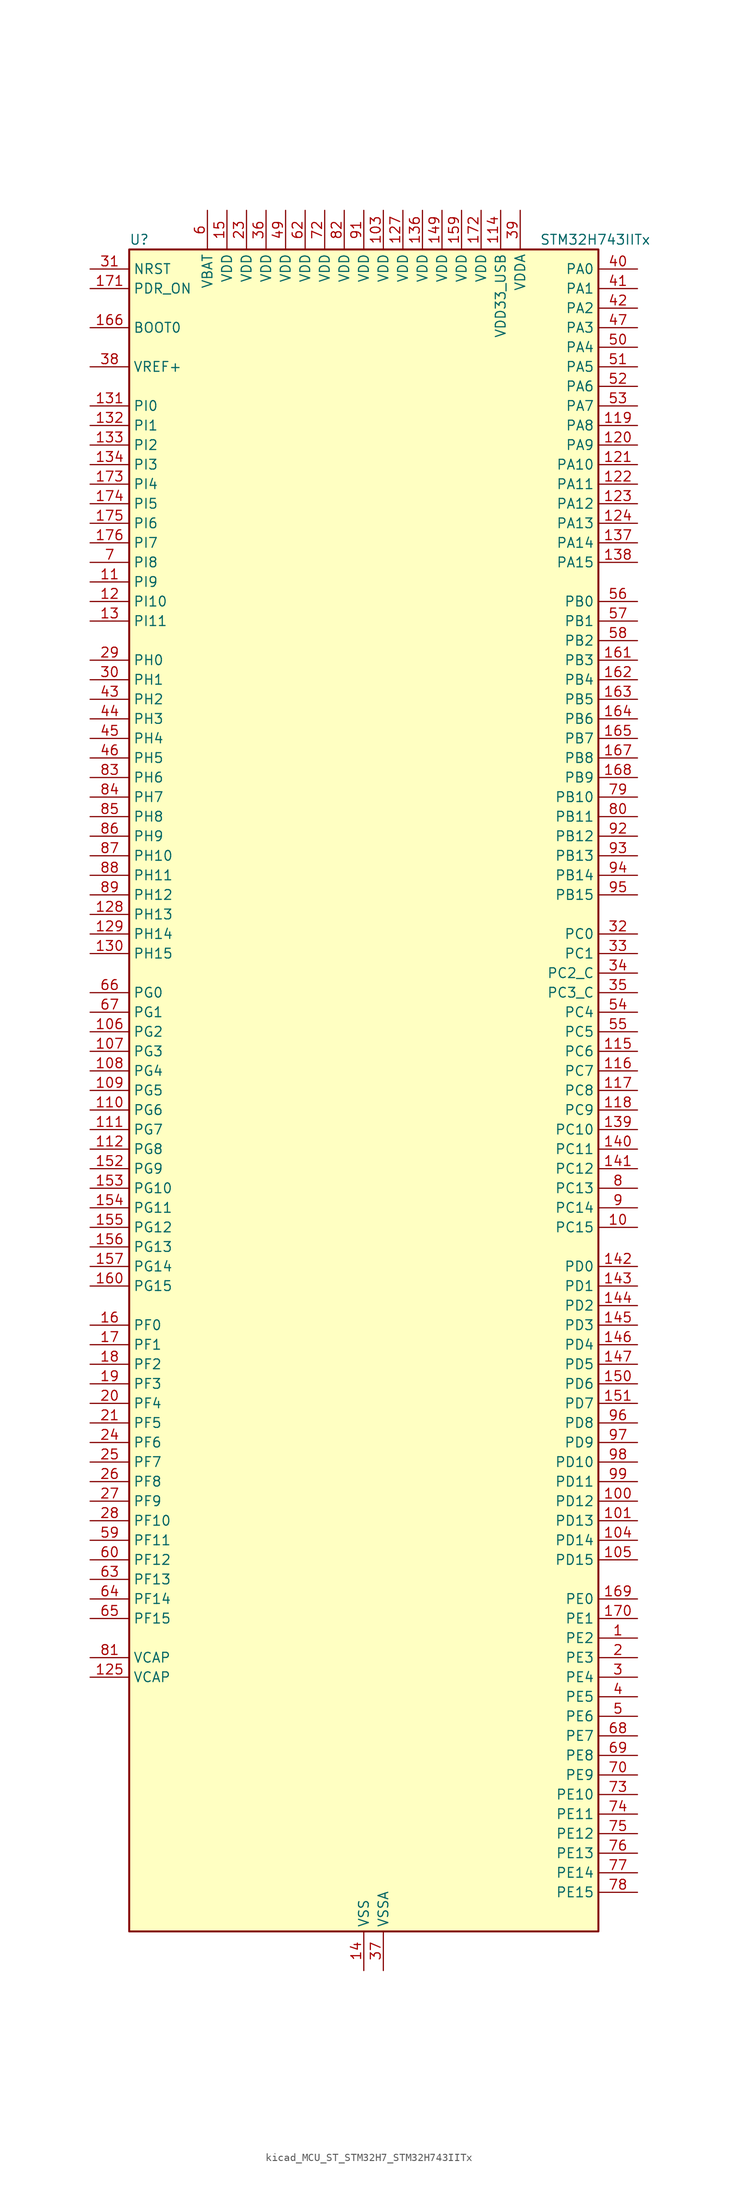
<source format=kicad_sym>
(kicad_symbol_lib
  (version 20220914)
  (generator kicad_symbol_editor)
  (symbol "kicad_MCU_ST_STM32H7_STM32H743IITx"
    (property "Reference" "U"
      (at -30.48 110.49 0)
      (effects (font (size 1.27 1.27)) (justify left)))
    (property "Value" "STM32H743IITx"
      (at 22.86 110.49 0)
      (effects (font (size 1.27 1.27)) (justify left)))
    (property "ki_locked" ""
      (at 0 0 0)
      (effects (font (size 1.27 1.27))))
    (symbol "kicad_MCU_ST_STM32H7_STM32H743IITx_0_1"
      (rectangle (start -30.48 -109.22) (end 30.48 109.22) (stroke (width 0.254) (type default)) (fill (type background))))
    (symbol "kicad_MCU_ST_STM32H7_STM32H743IITx_1_1"
      (pin bidirectional line (at 35.56 -71.12 180) (length 5.08) (name "PE2" (effects (font (size 1.27 1.27)))) (number "1" (effects (font (size 1.27 1.27)))) (alternate "DEBUG_TRACECLK" bidirectional line) (alternate "ETH_TXD3" bidirectional line) (alternate "FMC_A23" bidirectional line) (alternate "QUADSPI_BK1_IO2" bidirectional line) (alternate "SAI1_CK1" bidirectional line) (alternate "SAI1_MCLK_A" bidirectional line) (alternate "SAI4_CK1" bidirectional line) (alternate "SAI4_MCLK_A" bidirectional line) (alternate "SPI4_SCK" bidirectional line))
      (pin bidirectional line (at 35.56 -17.78 180) (length 5.08) (name "PC15" (effects (font (size 1.27 1.27)))) (number "10" (effects (font (size 1.27 1.27)))) (alternate "ADC1_EXTI15" bidirectional line) (alternate "ADC2_EXTI15" bidirectional line) (alternate "ADC3_EXTI15" bidirectional line) (alternate "RCC_OSC32_OUT" bidirectional line))
      (pin bidirectional line (at 35.56 -53.34 180) (length 5.08) (name "PD12" (effects (font (size 1.27 1.27)))) (number "100" (effects (font (size 1.27 1.27)))) (alternate "FMC_A17" bidirectional line) (alternate "FMC_ALE" bidirectional line) (alternate "I2C4_SCL" bidirectional line) (alternate "LPTIM1_IN1" bidirectional line) (alternate "LPTIM2_IN1" bidirectional line) (alternate "QUADSPI_BK1_IO1" bidirectional line) (alternate "SAI2_FS_A" bidirectional line) (alternate "TIM4_CH1" bidirectional line) (alternate "USART3_DE" bidirectional line) (alternate "USART3_RTS" bidirectional line))
      (pin bidirectional line (at 35.56 -55.88 180) (length 5.08) (name "PD13" (effects (font (size 1.27 1.27)))) (number "101" (effects (font (size 1.27 1.27)))) (alternate "FMC_A18" bidirectional line) (alternate "I2C4_SDA" bidirectional line) (alternate "LPTIM1_OUT" bidirectional line) (alternate "QUADSPI_BK1_IO3" bidirectional line) (alternate "SAI2_SCK_A" bidirectional line) (alternate "TIM4_CH2" bidirectional line))
      (pin passive line (at 0 -114.3 90) (length 5.08) hide (name "VSS" (effects (font (size 1.27 1.27)))) (number "102" (effects (font (size 1.27 1.27)))))
      (pin power_in line (at 2.54 114.3 270) (length 5.08) (name "VDD" (effects (font (size 1.27 1.27)))) (number "103" (effects (font (size 1.27 1.27)))))
      (pin bidirectional line (at 35.56 -58.42 180) (length 5.08) (name "PD14" (effects (font (size 1.27 1.27)))) (number "104" (effects (font (size 1.27 1.27)))) (alternate "FMC_D0" bidirectional line) (alternate "FMC_DA0" bidirectional line) (alternate "SAI3_MCLK_B" bidirectional line) (alternate "TIM4_CH3" bidirectional line) (alternate "UART8_CTS" bidirectional line))
      (pin bidirectional line (at 35.56 -60.96 180) (length 5.08) (name "PD15" (effects (font (size 1.27 1.27)))) (number "105" (effects (font (size 1.27 1.27)))) (alternate "ADC1_EXTI15" bidirectional line) (alternate "ADC2_EXTI15" bidirectional line) (alternate "ADC3_EXTI15" bidirectional line) (alternate "FMC_D1" bidirectional line) (alternate "FMC_DA1" bidirectional line) (alternate "SAI3_MCLK_A" bidirectional line) (alternate "TIM4_CH4" bidirectional line) (alternate "UART8_DE" bidirectional line) (alternate "UART8_RTS" bidirectional line))
      (pin bidirectional line (at -35.56 7.62 0) (length 5.08) (name "PG2" (effects (font (size 1.27 1.27)))) (number "106" (effects (font (size 1.27 1.27)))) (alternate "FMC_A12" bidirectional line) (alternate "TIM8_BKIN" bidirectional line) (alternate "TIM8_BKIN_COMP1" bidirectional line) (alternate "TIM8_BKIN_COMP2" bidirectional line))
      (pin bidirectional line (at -35.56 5.08 0) (length 5.08) (name "PG3" (effects (font (size 1.27 1.27)))) (number "107" (effects (font (size 1.27 1.27)))) (alternate "FMC_A13" bidirectional line) (alternate "TIM8_BKIN2" bidirectional line) (alternate "TIM8_BKIN2_COMP1" bidirectional line) (alternate "TIM8_BKIN2_COMP2" bidirectional line))
      (pin bidirectional line (at -35.56 2.54 0) (length 5.08) (name "PG4" (effects (font (size 1.27 1.27)))) (number "108" (effects (font (size 1.27 1.27)))) (alternate "FMC_A14" bidirectional line) (alternate "FMC_BA0" bidirectional line) (alternate "TIM1_BKIN2" bidirectional line) (alternate "TIM1_BKIN2_COMP1" bidirectional line) (alternate "TIM1_BKIN2_COMP2" bidirectional line))
      (pin bidirectional line (at -35.56 0 0) (length 5.08) (name "PG5" (effects (font (size 1.27 1.27)))) (number "109" (effects (font (size 1.27 1.27)))) (alternate "FMC_A15" bidirectional line) (alternate "FMC_BA1" bidirectional line) (alternate "TIM1_ETR" bidirectional line))
      (pin bidirectional line (at -35.56 66.04 0) (length 5.08) (name "PI9" (effects (font (size 1.27 1.27)))) (number "11" (effects (font (size 1.27 1.27)))) (alternate "DAC1_EXTI9" bidirectional line) (alternate "FDCAN1_RX" bidirectional line) (alternate "FMC_D30" bidirectional line) (alternate "LTDC_VSYNC" bidirectional line) (alternate "UART4_RX" bidirectional line))
      (pin bidirectional line (at -35.56 -2.54 0) (length 5.08) (name "PG6" (effects (font (size 1.27 1.27)))) (number "110" (effects (font (size 1.27 1.27)))) (alternate "DCMI_D12" bidirectional line) (alternate "FMC_NE3" bidirectional line) (alternate "HRTIM_CHE1" bidirectional line) (alternate "LTDC_R7" bidirectional line) (alternate "QUADSPI_BK1_NCS" bidirectional line) (alternate "TIM17_BKIN" bidirectional line))
      (pin bidirectional line (at -35.56 -5.08 0) (length 5.08) (name "PG7" (effects (font (size 1.27 1.27)))) (number "111" (effects (font (size 1.27 1.27)))) (alternate "DCMI_D13" bidirectional line) (alternate "FMC_INT" bidirectional line) (alternate "HRTIM_CHE2" bidirectional line) (alternate "LTDC_CLK" bidirectional line) (alternate "SAI1_MCLK_A" bidirectional line) (alternate "USART6_CK" bidirectional line))
      (pin bidirectional line (at -35.56 -7.62 0) (length 5.08) (name "PG8" (effects (font (size 1.27 1.27)))) (number "112" (effects (font (size 1.27 1.27)))) (alternate "ETH_PPS_OUT" bidirectional line) (alternate "FMC_SDCLK" bidirectional line) (alternate "LTDC_G7" bidirectional line) (alternate "SPDIFRX1_IN2" bidirectional line) (alternate "SPI6_NSS" bidirectional line) (alternate "TIM8_ETR" bidirectional line) (alternate "USART6_DE" bidirectional line) (alternate "USART6_RTS" bidirectional line))
      (pin passive line (at 0 -114.3 90) (length 5.08) hide (name "VSS" (effects (font (size 1.27 1.27)))) (number "113" (effects (font (size 1.27 1.27)))))
      (pin power_in line (at 17.78 114.3 270) (length 5.08) (name "VDD33_USB" (effects (font (size 1.27 1.27)))) (number "114" (effects (font (size 1.27 1.27)))))
      (pin bidirectional line (at 35.56 5.08 180) (length 5.08) (name "PC6" (effects (font (size 1.27 1.27)))) (number "115" (effects (font (size 1.27 1.27)))) (alternate "DCMI_D0" bidirectional line) (alternate "DFSDM1_CKIN3" bidirectional line) (alternate "FMC_NWAIT" bidirectional line) (alternate "HRTIM_CHA1" bidirectional line) (alternate "I2S2_MCK" bidirectional line) (alternate "LTDC_HSYNC" bidirectional line) (alternate "SDMMC1_D0DIR" bidirectional line) (alternate "SDMMC1_D6" bidirectional line) (alternate "SDMMC2_D6" bidirectional line) (alternate "SWPMI1_IO" bidirectional line) (alternate "TIM3_CH1" bidirectional line) (alternate "TIM8_CH1" bidirectional line) (alternate "USART6_TX" bidirectional line))
      (pin bidirectional line (at 35.56 2.54 180) (length 5.08) (name "PC7" (effects (font (size 1.27 1.27)))) (number "116" (effects (font (size 1.27 1.27)))) (alternate "DCMI_D1" bidirectional line) (alternate "DEBUG_TRGIO" bidirectional line) (alternate "DFSDM1_DATIN3" bidirectional line) (alternate "FMC_NE1" bidirectional line) (alternate "HRTIM_CHA2" bidirectional line) (alternate "I2S3_MCK" bidirectional line) (alternate "LTDC_G6" bidirectional line) (alternate "SDMMC1_D123DIR" bidirectional line) (alternate "SDMMC1_D7" bidirectional line) (alternate "SDMMC2_D7" bidirectional line) (alternate "SWPMI1_TX" bidirectional line) (alternate "TIM3_CH2" bidirectional line) (alternate "TIM8_CH2" bidirectional line) (alternate "USART6_RX" bidirectional line))
      (pin bidirectional line (at 35.56 0 180) (length 5.08) (name "PC8" (effects (font (size 1.27 1.27)))) (number "117" (effects (font (size 1.27 1.27)))) (alternate "DCMI_D2" bidirectional line) (alternate "DEBUG_TRACED1" bidirectional line) (alternate "FMC_NCE" bidirectional line) (alternate "FMC_NE2" bidirectional line) (alternate "HRTIM_CHB1" bidirectional line) (alternate "SDMMC1_D0" bidirectional line) (alternate "SWPMI1_RX" bidirectional line) (alternate "TIM3_CH3" bidirectional line) (alternate "TIM8_CH3" bidirectional line) (alternate "UART5_DE" bidirectional line) (alternate "UART5_RTS" bidirectional line) (alternate "USART6_CK" bidirectional line))
      (pin bidirectional line (at 35.56 -2.54 180) (length 5.08) (name "PC9" (effects (font (size 1.27 1.27)))) (number "118" (effects (font (size 1.27 1.27)))) (alternate "DAC1_EXTI9" bidirectional line) (alternate "DCMI_D3" bidirectional line) (alternate "I2C3_SDA" bidirectional line) (alternate "I2S_CKIN" bidirectional line) (alternate "LTDC_B2" bidirectional line) (alternate "LTDC_G3" bidirectional line) (alternate "QUADSPI_BK1_IO0" bidirectional line) (alternate "RCC_MCO_2" bidirectional line) (alternate "SDMMC1_D1" bidirectional line) (alternate "SWPMI1_SUSPEND" bidirectional line) (alternate "TIM3_CH4" bidirectional line) (alternate "TIM8_CH4" bidirectional line) (alternate "UART5_CTS" bidirectional line))
      (pin bidirectional line (at 35.56 86.36 180) (length 5.08) (name "PA8" (effects (font (size 1.27 1.27)))) (number "119" (effects (font (size 1.27 1.27)))) (alternate "HRTIM_CHB2" bidirectional line) (alternate "I2C3_SCL" bidirectional line) (alternate "LTDC_B3" bidirectional line) (alternate "LTDC_R6" bidirectional line) (alternate "RCC_MCO_1" bidirectional line) (alternate "TIM1_CH1" bidirectional line) (alternate "TIM8_BKIN2" bidirectional line) (alternate "TIM8_BKIN2_COMP1" bidirectional line) (alternate "TIM8_BKIN2_COMP2" bidirectional line) (alternate "UART7_RX" bidirectional line) (alternate "USART1_CK" bidirectional line) (alternate "USB_OTG_FS_SOF" bidirectional line))
      (pin bidirectional line (at -35.56 63.5 0) (length 5.08) (name "PI10" (effects (font (size 1.27 1.27)))) (number "12" (effects (font (size 1.27 1.27)))) (alternate "ETH_RX_ER" bidirectional line) (alternate "FMC_D31" bidirectional line) (alternate "LTDC_HSYNC" bidirectional line))
      (pin bidirectional line (at 35.56 83.82 180) (length 5.08) (name "PA9" (effects (font (size 1.27 1.27)))) (number "120" (effects (font (size 1.27 1.27)))) (alternate "DAC1_EXTI9" bidirectional line) (alternate "DCMI_D0" bidirectional line) (alternate "HRTIM_CHC1" bidirectional line) (alternate "I2C3_SMBA" bidirectional line) (alternate "I2S2_CK" bidirectional line) (alternate "LPUART1_TX" bidirectional line) (alternate "LTDC_R5" bidirectional line) (alternate "SPI2_SCK" bidirectional line) (alternate "TIM1_CH2" bidirectional line) (alternate "USART1_TX" bidirectional line) (alternate "USB_OTG_FS_VBUS" bidirectional line))
      (pin bidirectional line (at 35.56 81.28 180) (length 5.08) (name "PA10" (effects (font (size 1.27 1.27)))) (number "121" (effects (font (size 1.27 1.27)))) (alternate "DCMI_D1" bidirectional line) (alternate "HRTIM_CHC2" bidirectional line) (alternate "LPUART1_RX" bidirectional line) (alternate "LTDC_B1" bidirectional line) (alternate "LTDC_B4" bidirectional line) (alternate "MDIOS_MDIO" bidirectional line) (alternate "TIM1_CH3" bidirectional line) (alternate "USART1_RX" bidirectional line) (alternate "USB_OTG_FS_ID" bidirectional line))
      (pin bidirectional line (at 35.56 78.74 180) (length 5.08) (name "PA11" (effects (font (size 1.27 1.27)))) (number "122" (effects (font (size 1.27 1.27)))) (alternate "ADC1_EXTI11" bidirectional line) (alternate "ADC2_EXTI11" bidirectional line) (alternate "ADC3_EXTI11" bidirectional line) (alternate "FDCAN1_RX" bidirectional line) (alternate "HRTIM_CHD1" bidirectional line) (alternate "I2S2_WS" bidirectional line) (alternate "LPUART1_CTS" bidirectional line) (alternate "LTDC_R4" bidirectional line) (alternate "SPI2_NSS" bidirectional line) (alternate "TIM1_CH4" bidirectional line) (alternate "UART4_RX" bidirectional line) (alternate "USART1_CTS" bidirectional line) (alternate "USART1_NSS" bidirectional line) (alternate "USB_OTG_FS_DM" bidirectional line))
      (pin bidirectional line (at 35.56 76.2 180) (length 5.08) (name "PA12" (effects (font (size 1.27 1.27)))) (number "123" (effects (font (size 1.27 1.27)))) (alternate "FDCAN1_TX" bidirectional line) (alternate "HRTIM_CHD2" bidirectional line) (alternate "I2S2_CK" bidirectional line) (alternate "LPUART1_DE" bidirectional line) (alternate "LPUART1_RTS" bidirectional line) (alternate "LTDC_R5" bidirectional line) (alternate "SAI2_FS_B" bidirectional line) (alternate "SPI2_SCK" bidirectional line) (alternate "TIM1_ETR" bidirectional line) (alternate "UART4_TX" bidirectional line) (alternate "USART1_DE" bidirectional line) (alternate "USART1_RTS" bidirectional line) (alternate "USB_OTG_FS_DP" bidirectional line))
      (pin bidirectional line (at 35.56 73.66 180) (length 5.08) (name "PA13" (effects (font (size 1.27 1.27)))) (number "124" (effects (font (size 1.27 1.27)))) (alternate "DEBUG_JTMS-SWDIO" bidirectional line))
      (pin power_out line (at -35.56 -76.2 0) (length 5.08) (name "VCAP" (effects (font (size 1.27 1.27)))) (number "125" (effects (font (size 1.27 1.27)))))
      (pin passive line (at 0 -114.3 90) (length 5.08) hide (name "VSS" (effects (font (size 1.27 1.27)))) (number "126" (effects (font (size 1.27 1.27)))))
      (pin power_in line (at 5.08 114.3 270) (length 5.08) (name "VDD" (effects (font (size 1.27 1.27)))) (number "127" (effects (font (size 1.27 1.27)))))
      (pin bidirectional line (at -35.56 22.86 0) (length 5.08) (name "PH13" (effects (font (size 1.27 1.27)))) (number "128" (effects (font (size 1.27 1.27)))) (alternate "FDCAN1_TX" bidirectional line) (alternate "FMC_D21" bidirectional line) (alternate "LTDC_G2" bidirectional line) (alternate "TIM8_CH1N" bidirectional line) (alternate "UART4_TX" bidirectional line))
      (pin bidirectional line (at -35.56 20.32 0) (length 5.08) (name "PH14" (effects (font (size 1.27 1.27)))) (number "129" (effects (font (size 1.27 1.27)))) (alternate "DCMI_D4" bidirectional line) (alternate "FDCAN1_RX" bidirectional line) (alternate "FMC_D22" bidirectional line) (alternate "LTDC_G3" bidirectional line) (alternate "TIM8_CH2N" bidirectional line) (alternate "UART4_RX" bidirectional line))
      (pin bidirectional line (at -35.56 60.96 0) (length 5.08) (name "PI11" (effects (font (size 1.27 1.27)))) (number "13" (effects (font (size 1.27 1.27)))) (alternate "ADC1_EXTI11" bidirectional line) (alternate "ADC2_EXTI11" bidirectional line) (alternate "ADC3_EXTI11" bidirectional line) (alternate "LTDC_G6" bidirectional line) (alternate "PWR_WKUP4" bidirectional line) (alternate "USB_OTG_HS_ULPI_DIR" bidirectional line))
      (pin bidirectional line (at -35.56 17.78 0) (length 5.08) (name "PH15" (effects (font (size 1.27 1.27)))) (number "130" (effects (font (size 1.27 1.27)))) (alternate "ADC1_EXTI15" bidirectional line) (alternate "ADC2_EXTI15" bidirectional line) (alternate "ADC3_EXTI15" bidirectional line) (alternate "DCMI_D11" bidirectional line) (alternate "FMC_D23" bidirectional line) (alternate "LTDC_G4" bidirectional line) (alternate "TIM8_CH3N" bidirectional line))
      (pin bidirectional line (at -35.56 88.9 0) (length 5.08) (name "PI0" (effects (font (size 1.27 1.27)))) (number "131" (effects (font (size 1.27 1.27)))) (alternate "DCMI_D13" bidirectional line) (alternate "FMC_D24" bidirectional line) (alternate "I2S2_WS" bidirectional line) (alternate "LTDC_G5" bidirectional line) (alternate "SPI2_NSS" bidirectional line) (alternate "TIM5_CH4" bidirectional line))
      (pin bidirectional line (at -35.56 86.36 0) (length 5.08) (name "PI1" (effects (font (size 1.27 1.27)))) (number "132" (effects (font (size 1.27 1.27)))) (alternate "DCMI_D8" bidirectional line) (alternate "FMC_D25" bidirectional line) (alternate "I2S2_CK" bidirectional line) (alternate "LTDC_G6" bidirectional line) (alternate "SPI2_SCK" bidirectional line) (alternate "TIM8_BKIN2" bidirectional line) (alternate "TIM8_BKIN2_COMP1" bidirectional line) (alternate "TIM8_BKIN2_COMP2" bidirectional line))
      (pin bidirectional line (at -35.56 83.82 0) (length 5.08) (name "PI2" (effects (font (size 1.27 1.27)))) (number "133" (effects (font (size 1.27 1.27)))) (alternate "DCMI_D9" bidirectional line) (alternate "FMC_D26" bidirectional line) (alternate "I2S2_SDI" bidirectional line) (alternate "LTDC_G7" bidirectional line) (alternate "SPI2_MISO" bidirectional line) (alternate "TIM8_CH4" bidirectional line))
      (pin bidirectional line (at -35.56 81.28 0) (length 5.08) (name "PI3" (effects (font (size 1.27 1.27)))) (number "134" (effects (font (size 1.27 1.27)))) (alternate "DCMI_D10" bidirectional line) (alternate "FMC_D27" bidirectional line) (alternate "I2S2_SDO" bidirectional line) (alternate "SPI2_MOSI" bidirectional line) (alternate "TIM8_ETR" bidirectional line))
      (pin passive line (at 0 -114.3 90) (length 5.08) hide (name "VSS" (effects (font (size 1.27 1.27)))) (number "135" (effects (font (size 1.27 1.27)))))
      (pin power_in line (at 7.62 114.3 270) (length 5.08) (name "VDD" (effects (font (size 1.27 1.27)))) (number "136" (effects (font (size 1.27 1.27)))))
      (pin bidirectional line (at 35.56 71.12 180) (length 5.08) (name "PA14" (effects (font (size 1.27 1.27)))) (number "137" (effects (font (size 1.27 1.27)))) (alternate "DEBUG_JTCK-SWCLK" bidirectional line))
      (pin bidirectional line (at 35.56 68.58 180) (length 5.08) (name "PA15" (effects (font (size 1.27 1.27)))) (number "138" (effects (font (size 1.27 1.27)))) (alternate "ADC1_EXTI15" bidirectional line) (alternate "ADC2_EXTI15" bidirectional line) (alternate "ADC3_EXTI15" bidirectional line) (alternate "CEC" bidirectional line) (alternate "DEBUG_JTDI" bidirectional line) (alternate "HRTIM_FLT1" bidirectional line) (alternate "I2S1_WS" bidirectional line) (alternate "I2S3_WS" bidirectional line) (alternate "SPI1_NSS" bidirectional line) (alternate "SPI3_NSS" bidirectional line) (alternate "SPI6_NSS" bidirectional line) (alternate "TIM2_CH1" bidirectional line) (alternate "TIM2_ETR" bidirectional line) (alternate "UART4_DE" bidirectional line) (alternate "UART4_RTS" bidirectional line) (alternate "UART7_TX" bidirectional line))
      (pin bidirectional line (at 35.56 -5.08 180) (length 5.08) (name "PC10" (effects (font (size 1.27 1.27)))) (number "139" (effects (font (size 1.27 1.27)))) (alternate "DCMI_D8" bidirectional line) (alternate "DFSDM1_CKIN5" bidirectional line) (alternate "HRTIM_EEV1" bidirectional line) (alternate "I2S3_CK" bidirectional line) (alternate "LTDC_R2" bidirectional line) (alternate "QUADSPI_BK1_IO1" bidirectional line) (alternate "SDMMC1_D2" bidirectional line) (alternate "SPI3_SCK" bidirectional line) (alternate "UART4_TX" bidirectional line) (alternate "USART3_TX" bidirectional line))
      (pin power_in line (at 0 -114.3 90) (length 5.08) (name "VSS" (effects (font (size 1.27 1.27)))) (number "14" (effects (font (size 1.27 1.27)))))
      (pin bidirectional line (at 35.56 -7.62 180) (length 5.08) (name "PC11" (effects (font (size 1.27 1.27)))) (number "140" (effects (font (size 1.27 1.27)))) (alternate "ADC1_EXTI11" bidirectional line) (alternate "ADC2_EXTI11" bidirectional line) (alternate "ADC3_EXTI11" bidirectional line) (alternate "DCMI_D4" bidirectional line) (alternate "DFSDM1_DATIN5" bidirectional line) (alternate "HRTIM_FLT2" bidirectional line) (alternate "I2S3_SDI" bidirectional line) (alternate "QUADSPI_BK2_NCS" bidirectional line) (alternate "SDMMC1_D3" bidirectional line) (alternate "SPI3_MISO" bidirectional line) (alternate "UART4_RX" bidirectional line) (alternate "USART3_RX" bidirectional line))
      (pin bidirectional line (at 35.56 -10.16 180) (length 5.08) (name "PC12" (effects (font (size 1.27 1.27)))) (number "141" (effects (font (size 1.27 1.27)))) (alternate "DCMI_D9" bidirectional line) (alternate "DEBUG_TRACED3" bidirectional line) (alternate "HRTIM_EEV2" bidirectional line) (alternate "I2S3_SDO" bidirectional line) (alternate "SDMMC1_CK" bidirectional line) (alternate "SPI3_MOSI" bidirectional line) (alternate "UART5_TX" bidirectional line) (alternate "USART3_CK" bidirectional line))
      (pin bidirectional line (at 35.56 -22.86 180) (length 5.08) (name "PD0" (effects (font (size 1.27 1.27)))) (number "142" (effects (font (size 1.27 1.27)))) (alternate "DFSDM1_CKIN6" bidirectional line) (alternate "FDCAN1_RX" bidirectional line) (alternate "FMC_D2" bidirectional line) (alternate "FMC_DA2" bidirectional line) (alternate "SAI3_SCK_A" bidirectional line) (alternate "UART4_RX" bidirectional line))
      (pin bidirectional line (at 35.56 -25.4 180) (length 5.08) (name "PD1" (effects (font (size 1.27 1.27)))) (number "143" (effects (font (size 1.27 1.27)))) (alternate "DFSDM1_DATIN6" bidirectional line) (alternate "FDCAN1_TX" bidirectional line) (alternate "FMC_D3" bidirectional line) (alternate "FMC_DA3" bidirectional line) (alternate "SAI3_SD_A" bidirectional line) (alternate "UART4_TX" bidirectional line))
      (pin bidirectional line (at 35.56 -27.94 180) (length 5.08) (name "PD2" (effects (font (size 1.27 1.27)))) (number "144" (effects (font (size 1.27 1.27)))) (alternate "DCMI_D11" bidirectional line) (alternate "DEBUG_TRACED2" bidirectional line) (alternate "SDMMC1_CMD" bidirectional line) (alternate "TIM3_ETR" bidirectional line) (alternate "UART5_RX" bidirectional line))
      (pin bidirectional line (at 35.56 -30.48 180) (length 5.08) (name "PD3" (effects (font (size 1.27 1.27)))) (number "145" (effects (font (size 1.27 1.27)))) (alternate "DCMI_D5" bidirectional line) (alternate "DFSDM1_CKOUT" bidirectional line) (alternate "FMC_CLK" bidirectional line) (alternate "I2S2_CK" bidirectional line) (alternate "LTDC_G7" bidirectional line) (alternate "SPI2_SCK" bidirectional line) (alternate "USART2_CTS" bidirectional line) (alternate "USART2_NSS" bidirectional line))
      (pin bidirectional line (at 35.56 -33.02 180) (length 5.08) (name "PD4" (effects (font (size 1.27 1.27)))) (number "146" (effects (font (size 1.27 1.27)))) (alternate "FMC_NOE" bidirectional line) (alternate "HRTIM_FLT3" bidirectional line) (alternate "SAI3_FS_A" bidirectional line) (alternate "USART2_DE" bidirectional line) (alternate "USART2_RTS" bidirectional line))
      (pin bidirectional line (at 35.56 -35.56 180) (length 5.08) (name "PD5" (effects (font (size 1.27 1.27)))) (number "147" (effects (font (size 1.27 1.27)))) (alternate "FMC_NWE" bidirectional line) (alternate "HRTIM_EEV3" bidirectional line) (alternate "USART2_TX" bidirectional line))
      (pin passive line (at 0 -114.3 90) (length 5.08) hide (name "VSS" (effects (font (size 1.27 1.27)))) (number "148" (effects (font (size 1.27 1.27)))))
      (pin power_in line (at 10.16 114.3 270) (length 5.08) (name "VDD" (effects (font (size 1.27 1.27)))) (number "149" (effects (font (size 1.27 1.27)))))
      (pin power_in line (at -17.78 114.3 270) (length 5.08) (name "VDD" (effects (font (size 1.27 1.27)))) (number "15" (effects (font (size 1.27 1.27)))))
      (pin bidirectional line (at 35.56 -38.1 180) (length 5.08) (name "PD6" (effects (font (size 1.27 1.27)))) (number "150" (effects (font (size 1.27 1.27)))) (alternate "DCMI_D10" bidirectional line) (alternate "DFSDM1_CKIN4" bidirectional line) (alternate "DFSDM1_DATIN1" bidirectional line) (alternate "FMC_NWAIT" bidirectional line) (alternate "I2S3_SDO" bidirectional line) (alternate "LTDC_B2" bidirectional line) (alternate "SAI1_D1" bidirectional line) (alternate "SAI1_SD_A" bidirectional line) (alternate "SAI4_D1" bidirectional line) (alternate "SAI4_SD_A" bidirectional line) (alternate "SDMMC2_CK" bidirectional line) (alternate "SPI3_MOSI" bidirectional line) (alternate "USART2_RX" bidirectional line))
      (pin bidirectional line (at 35.56 -40.64 180) (length 5.08) (name "PD7" (effects (font (size 1.27 1.27)))) (number "151" (effects (font (size 1.27 1.27)))) (alternate "DFSDM1_CKIN1" bidirectional line) (alternate "DFSDM1_DATIN4" bidirectional line) (alternate "FMC_NE1" bidirectional line) (alternate "I2S1_SDO" bidirectional line) (alternate "SDMMC2_CMD" bidirectional line) (alternate "SPDIFRX1_IN0" bidirectional line) (alternate "SPI1_MOSI" bidirectional line) (alternate "USART2_CK" bidirectional line))
      (pin bidirectional line (at -35.56 -10.16 0) (length 5.08) (name "PG9" (effects (font (size 1.27 1.27)))) (number "152" (effects (font (size 1.27 1.27)))) (alternate "DAC1_EXTI9" bidirectional line) (alternate "DCMI_VSYNC" bidirectional line) (alternate "FMC_NCE" bidirectional line) (alternate "FMC_NE2" bidirectional line) (alternate "I2S1_SDI" bidirectional line) (alternate "QUADSPI_BK2_IO2" bidirectional line) (alternate "SAI2_FS_B" bidirectional line) (alternate "SPDIFRX1_IN3" bidirectional line) (alternate "SPI1_MISO" bidirectional line) (alternate "USART6_RX" bidirectional line))
      (pin bidirectional line (at -35.56 -12.7 0) (length 5.08) (name "PG10" (effects (font (size 1.27 1.27)))) (number "153" (effects (font (size 1.27 1.27)))) (alternate "DCMI_D2" bidirectional line) (alternate "FMC_NE3" bidirectional line) (alternate "HRTIM_FLT5" bidirectional line) (alternate "I2S1_WS" bidirectional line) (alternate "LTDC_B2" bidirectional line) (alternate "LTDC_G3" bidirectional line) (alternate "SAI2_SD_B" bidirectional line) (alternate "SPI1_NSS" bidirectional line))
      (pin bidirectional line (at -35.56 -15.24 0) (length 5.08) (name "PG11" (effects (font (size 1.27 1.27)))) (number "154" (effects (font (size 1.27 1.27)))) (alternate "ADC1_EXTI11" bidirectional line) (alternate "ADC2_EXTI11" bidirectional line) (alternate "ADC3_EXTI11" bidirectional line) (alternate "DCMI_D3" bidirectional line) (alternate "ETH_TX_EN" bidirectional line) (alternate "HRTIM_EEV4" bidirectional line) (alternate "I2S1_CK" bidirectional line) (alternate "LPTIM1_IN2" bidirectional line) (alternate "LTDC_B3" bidirectional line) (alternate "SDMMC2_D2" bidirectional line) (alternate "SPDIFRX1_IN0" bidirectional line) (alternate "SPI1_SCK" bidirectional line))
      (pin bidirectional line (at -35.56 -17.78 0) (length 5.08) (name "PG12" (effects (font (size 1.27 1.27)))) (number "155" (effects (font (size 1.27 1.27)))) (alternate "ETH_TXD1" bidirectional line) (alternate "FMC_NE4" bidirectional line) (alternate "HRTIM_EEV5" bidirectional line) (alternate "LPTIM1_IN1" bidirectional line) (alternate "LTDC_B1" bidirectional line) (alternate "LTDC_B4" bidirectional line) (alternate "SPDIFRX1_IN1" bidirectional line) (alternate "SPI6_MISO" bidirectional line) (alternate "USART6_DE" bidirectional line) (alternate "USART6_RTS" bidirectional line))
      (pin bidirectional line (at -35.56 -20.32 0) (length 5.08) (name "PG13" (effects (font (size 1.27 1.27)))) (number "156" (effects (font (size 1.27 1.27)))) (alternate "DEBUG_TRACED0" bidirectional line) (alternate "ETH_TXD0" bidirectional line) (alternate "FMC_A24" bidirectional line) (alternate "HRTIM_EEV10" bidirectional line) (alternate "LPTIM1_OUT" bidirectional line) (alternate "LTDC_R0" bidirectional line) (alternate "SPI6_SCK" bidirectional line) (alternate "USART6_CTS" bidirectional line) (alternate "USART6_NSS" bidirectional line))
      (pin bidirectional line (at -35.56 -22.86 0) (length 5.08) (name "PG14" (effects (font (size 1.27 1.27)))) (number "157" (effects (font (size 1.27 1.27)))) (alternate "DEBUG_TRACED1" bidirectional line) (alternate "ETH_TXD1" bidirectional line) (alternate "FMC_A25" bidirectional line) (alternate "LPTIM1_ETR" bidirectional line) (alternate "LTDC_B0" bidirectional line) (alternate "QUADSPI_BK2_IO3" bidirectional line) (alternate "SPI6_MOSI" bidirectional line) (alternate "USART6_TX" bidirectional line))
      (pin passive line (at 0 -114.3 90) (length 5.08) hide (name "VSS" (effects (font (size 1.27 1.27)))) (number "158" (effects (font (size 1.27 1.27)))))
      (pin power_in line (at 12.7 114.3 270) (length 5.08) (name "VDD" (effects (font (size 1.27 1.27)))) (number "159" (effects (font (size 1.27 1.27)))))
      (pin bidirectional line (at -35.56 -30.48 0) (length 5.08) (name "PF0" (effects (font (size 1.27 1.27)))) (number "16" (effects (font (size 1.27 1.27)))) (alternate "FMC_A0" bidirectional line) (alternate "I2C2_SDA" bidirectional line))
      (pin bidirectional line (at -35.56 -25.4 0) (length 5.08) (name "PG15" (effects (font (size 1.27 1.27)))) (number "160" (effects (font (size 1.27 1.27)))) (alternate "ADC1_EXTI15" bidirectional line) (alternate "ADC2_EXTI15" bidirectional line) (alternate "ADC3_EXTI15" bidirectional line) (alternate "DCMI_D13" bidirectional line) (alternate "FMC_SDNCAS" bidirectional line) (alternate "USART6_CTS" bidirectional line) (alternate "USART6_NSS" bidirectional line))
      (pin bidirectional line (at 35.56 55.88 180) (length 5.08) (name "PB3" (effects (font (size 1.27 1.27)))) (number "161" (effects (font (size 1.27 1.27)))) (alternate "CRS_SYNC" bidirectional line) (alternate "DEBUG_JTDO-SWO" bidirectional line) (alternate "HRTIM_FLT4" bidirectional line) (alternate "I2S1_CK" bidirectional line) (alternate "I2S3_CK" bidirectional line) (alternate "SDMMC2_D2" bidirectional line) (alternate "SPI1_SCK" bidirectional line) (alternate "SPI3_SCK" bidirectional line) (alternate "SPI6_SCK" bidirectional line) (alternate "TIM2_CH2" bidirectional line) (alternate "UART7_RX" bidirectional line))
      (pin bidirectional line (at 35.56 53.34 180) (length 5.08) (name "PB4" (effects (font (size 1.27 1.27)))) (number "162" (effects (font (size 1.27 1.27)))) (alternate "DEBUG_JTRST" bidirectional line) (alternate "HRTIM_EEV6" bidirectional line) (alternate "I2S1_SDI" bidirectional line) (alternate "I2S2_WS" bidirectional line) (alternate "I2S3_SDI" bidirectional line) (alternate "SDMMC2_D3" bidirectional line) (alternate "SPI1_MISO" bidirectional line) (alternate "SPI2_NSS" bidirectional line) (alternate "SPI3_MISO" bidirectional line) (alternate "SPI6_MISO" bidirectional line) (alternate "TIM16_BKIN" bidirectional line) (alternate "TIM3_CH1" bidirectional line) (alternate "UART7_TX" bidirectional line))
      (pin bidirectional line (at 35.56 50.8 180) (length 5.08) (name "PB5" (effects (font (size 1.27 1.27)))) (number "163" (effects (font (size 1.27 1.27)))) (alternate "DCMI_D10" bidirectional line) (alternate "ETH_PPS_OUT" bidirectional line) (alternate "FDCAN2_RX" bidirectional line) (alternate "FMC_SDCKE1" bidirectional line) (alternate "HRTIM_EEV7" bidirectional line) (alternate "I2C1_SMBA" bidirectional line) (alternate "I2C4_SMBA" bidirectional line) (alternate "I2S1_SDO" bidirectional line) (alternate "I2S3_SDO" bidirectional line) (alternate "SPI1_MOSI" bidirectional line) (alternate "SPI3_MOSI" bidirectional line) (alternate "SPI6_MOSI" bidirectional line) (alternate "TIM17_BKIN" bidirectional line) (alternate "TIM3_CH2" bidirectional line) (alternate "UART5_RX" bidirectional line) (alternate "USB_OTG_HS_ULPI_D7" bidirectional line))
      (pin bidirectional line (at 35.56 48.26 180) (length 5.08) (name "PB6" (effects (font (size 1.27 1.27)))) (number "164" (effects (font (size 1.27 1.27)))) (alternate "CEC" bidirectional line) (alternate "DCMI_D5" bidirectional line) (alternate "DFSDM1_DATIN5" bidirectional line) (alternate "FDCAN2_TX" bidirectional line) (alternate "FMC_SDNE1" bidirectional line) (alternate "HRTIM_EEV8" bidirectional line) (alternate "I2C1_SCL" bidirectional line) (alternate "I2C4_SCL" bidirectional line) (alternate "LPUART1_TX" bidirectional line) (alternate "QUADSPI_BK1_NCS" bidirectional line) (alternate "TIM16_CH1N" bidirectional line) (alternate "TIM4_CH1" bidirectional line) (alternate "UART5_TX" bidirectional line) (alternate "USART1_TX" bidirectional line))
      (pin bidirectional line (at 35.56 45.72 180) (length 5.08) (name "PB7" (effects (font (size 1.27 1.27)))) (number "165" (effects (font (size 1.27 1.27)))) (alternate "DCMI_VSYNC" bidirectional line) (alternate "DFSDM1_CKIN5" bidirectional line) (alternate "FMC_NL" bidirectional line) (alternate "HRTIM_EEV9" bidirectional line) (alternate "I2C1_SDA" bidirectional line) (alternate "I2C4_SDA" bidirectional line) (alternate "LPUART1_RX" bidirectional line) (alternate "PWR_PVD_IN" bidirectional line) (alternate "TIM17_CH1N" bidirectional line) (alternate "TIM4_CH2" bidirectional line) (alternate "USART1_RX" bidirectional line))
      (pin input line (at -35.56 99.06 0) (length 5.08) (name "BOOT0" (effects (font (size 1.27 1.27)))) (number "166" (effects (font (size 1.27 1.27)))))
      (pin bidirectional line (at 35.56 43.18 180) (length 5.08) (name "PB8" (effects (font (size 1.27 1.27)))) (number "167" (effects (font (size 1.27 1.27)))) (alternate "DCMI_D6" bidirectional line) (alternate "DFSDM1_CKIN7" bidirectional line) (alternate "ETH_TXD3" bidirectional line) (alternate "FDCAN1_RX" bidirectional line) (alternate "I2C1_SCL" bidirectional line) (alternate "I2C4_SCL" bidirectional line) (alternate "LTDC_B6" bidirectional line) (alternate "SDMMC1_CKIN" bidirectional line) (alternate "SDMMC1_D4" bidirectional line) (alternate "SDMMC2_D4" bidirectional line) (alternate "TIM16_CH1" bidirectional line) (alternate "TIM4_CH3" bidirectional line) (alternate "UART4_RX" bidirectional line))
      (pin bidirectional line (at 35.56 40.64 180) (length 5.08) (name "PB9" (effects (font (size 1.27 1.27)))) (number "168" (effects (font (size 1.27 1.27)))) (alternate "DAC1_EXTI9" bidirectional line) (alternate "DCMI_D7" bidirectional line) (alternate "DFSDM1_DATIN7" bidirectional line) (alternate "FDCAN1_TX" bidirectional line) (alternate "I2C1_SDA" bidirectional line) (alternate "I2C4_SDA" bidirectional line) (alternate "I2C4_SMBA" bidirectional line) (alternate "I2S2_WS" bidirectional line) (alternate "LTDC_B7" bidirectional line) (alternate "SDMMC1_CDIR" bidirectional line) (alternate "SDMMC1_D5" bidirectional line) (alternate "SDMMC2_D5" bidirectional line) (alternate "SPI2_NSS" bidirectional line) (alternate "TIM17_CH1" bidirectional line) (alternate "TIM4_CH4" bidirectional line) (alternate "UART4_TX" bidirectional line))
      (pin bidirectional line (at 35.56 -66.04 180) (length 5.08) (name "PE0" (effects (font (size 1.27 1.27)))) (number "169" (effects (font (size 1.27 1.27)))) (alternate "DCMI_D2" bidirectional line) (alternate "FMC_NBL0" bidirectional line) (alternate "HRTIM_SCIN" bidirectional line) (alternate "LPTIM1_ETR" bidirectional line) (alternate "LPTIM2_ETR" bidirectional line) (alternate "SAI2_MCLK_A" bidirectional line) (alternate "TIM4_ETR" bidirectional line) (alternate "UART8_RX" bidirectional line))
      (pin bidirectional line (at -35.56 -33.02 0) (length 5.08) (name "PF1" (effects (font (size 1.27 1.27)))) (number "17" (effects (font (size 1.27 1.27)))) (alternate "FMC_A1" bidirectional line) (alternate "I2C2_SCL" bidirectional line))
      (pin bidirectional line (at 35.56 -68.58 180) (length 5.08) (name "PE1" (effects (font (size 1.27 1.27)))) (number "170" (effects (font (size 1.27 1.27)))) (alternate "DCMI_D3" bidirectional line) (alternate "FMC_NBL1" bidirectional line) (alternate "HRTIM_SCOUT" bidirectional line) (alternate "LPTIM1_IN2" bidirectional line) (alternate "UART8_TX" bidirectional line))
      (pin input line (at -35.56 104.14 0) (length 5.08) (name "PDR_ON" (effects (font (size 1.27 1.27)))) (number "171" (effects (font (size 1.27 1.27)))))
      (pin power_in line (at 15.24 114.3 270) (length 5.08) (name "VDD" (effects (font (size 1.27 1.27)))) (number "172" (effects (font (size 1.27 1.27)))))
      (pin bidirectional line (at -35.56 78.74 0) (length 5.08) (name "PI4" (effects (font (size 1.27 1.27)))) (number "173" (effects (font (size 1.27 1.27)))) (alternate "DCMI_D5" bidirectional line) (alternate "FMC_NBL2" bidirectional line) (alternate "LTDC_B4" bidirectional line) (alternate "SAI2_MCLK_A" bidirectional line) (alternate "TIM8_BKIN" bidirectional line) (alternate "TIM8_BKIN_COMP1" bidirectional line) (alternate "TIM8_BKIN_COMP2" bidirectional line))
      (pin bidirectional line (at -35.56 76.2 0) (length 5.08) (name "PI5" (effects (font (size 1.27 1.27)))) (number "174" (effects (font (size 1.27 1.27)))) (alternate "DCMI_VSYNC" bidirectional line) (alternate "FMC_NBL3" bidirectional line) (alternate "LTDC_B5" bidirectional line) (alternate "SAI2_SCK_A" bidirectional line) (alternate "TIM8_CH1" bidirectional line))
      (pin bidirectional line (at -35.56 73.66 0) (length 5.08) (name "PI6" (effects (font (size 1.27 1.27)))) (number "175" (effects (font (size 1.27 1.27)))) (alternate "DCMI_D6" bidirectional line) (alternate "FMC_D28" bidirectional line) (alternate "LTDC_B6" bidirectional line) (alternate "SAI2_SD_A" bidirectional line) (alternate "TIM8_CH2" bidirectional line))
      (pin bidirectional line (at -35.56 71.12 0) (length 5.08) (name "PI7" (effects (font (size 1.27 1.27)))) (number "176" (effects (font (size 1.27 1.27)))) (alternate "DCMI_D7" bidirectional line) (alternate "FMC_D29" bidirectional line) (alternate "LTDC_B7" bidirectional line) (alternate "SAI2_FS_A" bidirectional line) (alternate "TIM8_CH3" bidirectional line))
      (pin bidirectional line (at -35.56 -35.56 0) (length 5.08) (name "PF2" (effects (font (size 1.27 1.27)))) (number "18" (effects (font (size 1.27 1.27)))) (alternate "FMC_A2" bidirectional line) (alternate "I2C2_SMBA" bidirectional line))
      (pin bidirectional line (at -35.56 -38.1 0) (length 5.08) (name "PF3" (effects (font (size 1.27 1.27)))) (number "19" (effects (font (size 1.27 1.27)))) (alternate "ADC3_INP5" bidirectional line) (alternate "FMC_A3" bidirectional line))
      (pin bidirectional line (at 35.56 -73.66 180) (length 5.08) (name "PE3" (effects (font (size 1.27 1.27)))) (number "2" (effects (font (size 1.27 1.27)))) (alternate "DEBUG_TRACED0" bidirectional line) (alternate "FMC_A19" bidirectional line) (alternate "SAI1_SD_B" bidirectional line) (alternate "SAI4_SD_B" bidirectional line) (alternate "TIM15_BKIN" bidirectional line))
      (pin bidirectional line (at -35.56 -40.64 0) (length 5.08) (name "PF4" (effects (font (size 1.27 1.27)))) (number "20" (effects (font (size 1.27 1.27)))) (alternate "ADC3_INN5" bidirectional line) (alternate "ADC3_INP9" bidirectional line) (alternate "FMC_A4" bidirectional line))
      (pin bidirectional line (at -35.56 -43.18 0) (length 5.08) (name "PF5" (effects (font (size 1.27 1.27)))) (number "21" (effects (font (size 1.27 1.27)))) (alternate "ADC3_INP4" bidirectional line) (alternate "FMC_A5" bidirectional line))
      (pin passive line (at 0 -114.3 90) (length 5.08) hide (name "VSS" (effects (font (size 1.27 1.27)))) (number "22" (effects (font (size 1.27 1.27)))))
      (pin power_in line (at -15.24 114.3 270) (length 5.08) (name "VDD" (effects (font (size 1.27 1.27)))) (number "23" (effects (font (size 1.27 1.27)))))
      (pin bidirectional line (at -35.56 -45.72 0) (length 5.08) (name "PF6" (effects (font (size 1.27 1.27)))) (number "24" (effects (font (size 1.27 1.27)))) (alternate "ADC3_INN4" bidirectional line) (alternate "ADC3_INP8" bidirectional line) (alternate "QUADSPI_BK1_IO3" bidirectional line) (alternate "SAI1_SD_B" bidirectional line) (alternate "SAI4_SD_B" bidirectional line) (alternate "SPI5_NSS" bidirectional line) (alternate "TIM16_CH1" bidirectional line) (alternate "UART7_RX" bidirectional line))
      (pin bidirectional line (at -35.56 -48.26 0) (length 5.08) (name "PF7" (effects (font (size 1.27 1.27)))) (number "25" (effects (font (size 1.27 1.27)))) (alternate "ADC3_INP3" bidirectional line) (alternate "QUADSPI_BK1_IO2" bidirectional line) (alternate "SAI1_MCLK_B" bidirectional line) (alternate "SAI4_MCLK_B" bidirectional line) (alternate "SPI5_SCK" bidirectional line) (alternate "TIM17_CH1" bidirectional line) (alternate "UART7_TX" bidirectional line))
      (pin bidirectional line (at -35.56 -50.8 0) (length 5.08) (name "PF8" (effects (font (size 1.27 1.27)))) (number "26" (effects (font (size 1.27 1.27)))) (alternate "ADC3_INN3" bidirectional line) (alternate "ADC3_INP7" bidirectional line) (alternate "QUADSPI_BK1_IO0" bidirectional line) (alternate "SAI1_SCK_B" bidirectional line) (alternate "SAI4_SCK_B" bidirectional line) (alternate "SPI5_MISO" bidirectional line) (alternate "TIM13_CH1" bidirectional line) (alternate "TIM16_CH1N" bidirectional line) (alternate "UART7_DE" bidirectional line) (alternate "UART7_RTS" bidirectional line))
      (pin bidirectional line (at -35.56 -53.34 0) (length 5.08) (name "PF9" (effects (font (size 1.27 1.27)))) (number "27" (effects (font (size 1.27 1.27)))) (alternate "ADC3_INP2" bidirectional line) (alternate "DAC1_EXTI9" bidirectional line) (alternate "QUADSPI_BK1_IO1" bidirectional line) (alternate "SAI1_FS_B" bidirectional line) (alternate "SAI4_FS_B" bidirectional line) (alternate "SPI5_MOSI" bidirectional line) (alternate "TIM14_CH1" bidirectional line) (alternate "TIM17_CH1N" bidirectional line) (alternate "UART7_CTS" bidirectional line))
      (pin bidirectional line (at -35.56 -55.88 0) (length 5.08) (name "PF10" (effects (font (size 1.27 1.27)))) (number "28" (effects (font (size 1.27 1.27)))) (alternate "ADC3_INN2" bidirectional line) (alternate "ADC3_INP6" bidirectional line) (alternate "DCMI_D11" bidirectional line) (alternate "LTDC_DE" bidirectional line) (alternate "QUADSPI_CLK" bidirectional line) (alternate "SAI1_D3" bidirectional line) (alternate "SAI4_D3" bidirectional line) (alternate "TIM16_BKIN" bidirectional line))
      (pin bidirectional line (at -35.56 55.88 0) (length 5.08) (name "PH0" (effects (font (size 1.27 1.27)))) (number "29" (effects (font (size 1.27 1.27)))) (alternate "RCC_OSC_IN" bidirectional line))
      (pin bidirectional line (at 35.56 -76.2 180) (length 5.08) (name "PE4" (effects (font (size 1.27 1.27)))) (number "3" (effects (font (size 1.27 1.27)))) (alternate "DCMI_D4" bidirectional line) (alternate "DEBUG_TRACED1" bidirectional line) (alternate "DFSDM1_DATIN3" bidirectional line) (alternate "FMC_A20" bidirectional line) (alternate "LTDC_B0" bidirectional line) (alternate "SAI1_D2" bidirectional line) (alternate "SAI1_FS_A" bidirectional line) (alternate "SAI4_D2" bidirectional line) (alternate "SAI4_FS_A" bidirectional line) (alternate "SPI4_NSS" bidirectional line) (alternate "TIM15_CH1N" bidirectional line))
      (pin bidirectional line (at -35.56 53.34 0) (length 5.08) (name "PH1" (effects (font (size 1.27 1.27)))) (number "30" (effects (font (size 1.27 1.27)))) (alternate "RCC_OSC_OUT" bidirectional line))
      (pin input line (at -35.56 106.68 0) (length 5.08) (name "NRST" (effects (font (size 1.27 1.27)))) (number "31" (effects (font (size 1.27 1.27)))))
      (pin bidirectional line (at 35.56 20.32 180) (length 5.08) (name "PC0" (effects (font (size 1.27 1.27)))) (number "32" (effects (font (size 1.27 1.27)))) (alternate "ADC1_INP10" bidirectional line) (alternate "ADC2_INP10" bidirectional line) (alternate "ADC3_INP10" bidirectional line) (alternate "DFSDM1_CKIN0" bidirectional line) (alternate "DFSDM1_DATIN4" bidirectional line) (alternate "FMC_SDNWE" bidirectional line) (alternate "LTDC_R5" bidirectional line) (alternate "SAI2_FS_B" bidirectional line) (alternate "USB_OTG_HS_ULPI_STP" bidirectional line))
      (pin bidirectional line (at 35.56 17.78 180) (length 5.08) (name "PC1" (effects (font (size 1.27 1.27)))) (number "33" (effects (font (size 1.27 1.27)))) (alternate "ADC1_INN10" bidirectional line) (alternate "ADC1_INP11" bidirectional line) (alternate "ADC2_INN10" bidirectional line) (alternate "ADC2_INP11" bidirectional line) (alternate "ADC3_INN10" bidirectional line) (alternate "ADC3_INP11" bidirectional line) (alternate "DEBUG_TRACED0" bidirectional line) (alternate "DFSDM1_CKIN4" bidirectional line) (alternate "DFSDM1_DATIN0" bidirectional line) (alternate "ETH_MDC" bidirectional line) (alternate "I2S2_SDO" bidirectional line) (alternate "MDIOS_MDC" bidirectional line) (alternate "PWR_WKUP5" bidirectional line) (alternate "RTC_TAMP3" bidirectional line) (alternate "SAI1_D1" bidirectional line) (alternate "SAI1_SD_A" bidirectional line) (alternate "SAI4_D1" bidirectional line) (alternate "SAI4_SD_A" bidirectional line) (alternate "SDMMC2_CK" bidirectional line) (alternate "SPI2_MOSI" bidirectional line))
      (pin bidirectional line (at 35.56 15.24 180) (length 5.08) (name "PC2_C" (effects (font (size 1.27 1.27)))) (number "34" (effects (font (size 1.27 1.27)))) (alternate "ADC3_INN1" bidirectional line) (alternate "ADC3_INP0" bidirectional line) (alternate "DFSDM1_CKIN1" bidirectional line) (alternate "DFSDM1_CKOUT" bidirectional line) (alternate "ETH_TXD2" bidirectional line) (alternate "FMC_SDNE0" bidirectional line) (alternate "I2S2_SDI" bidirectional line) (alternate "PWR_CSTOP" bidirectional line) (alternate "SPI2_MISO" bidirectional line) (alternate "USB_OTG_HS_ULPI_DIR" bidirectional line))
      (pin bidirectional line (at 35.56 12.7 180) (length 5.08) (name "PC3_C" (effects (font (size 1.27 1.27)))) (number "35" (effects (font (size 1.27 1.27)))) (alternate "ADC3_INP1" bidirectional line) (alternate "DFSDM1_DATIN1" bidirectional line) (alternate "ETH_TX_CLK" bidirectional line) (alternate "FMC_SDCKE0" bidirectional line) (alternate "I2S2_SDO" bidirectional line) (alternate "PWR_CSLEEP" bidirectional line) (alternate "SPI2_MOSI" bidirectional line) (alternate "USB_OTG_HS_ULPI_NXT" bidirectional line))
      (pin power_in line (at -12.7 114.3 270) (length 5.08) (name "VDD" (effects (font (size 1.27 1.27)))) (number "36" (effects (font (size 1.27 1.27)))))
      (pin power_in line (at 2.54 -114.3 90) (length 5.08) (name "VSSA" (effects (font (size 1.27 1.27)))) (number "37" (effects (font (size 1.27 1.27)))))
      (pin input line (at -35.56 93.98 0) (length 5.08) (name "VREF+" (effects (font (size 1.27 1.27)))) (number "38" (effects (font (size 1.27 1.27)))) (alternate "VREFBUF_OUT" bidirectional line))
      (pin power_in line (at 20.32 114.3 270) (length 5.08) (name "VDDA" (effects (font (size 1.27 1.27)))) (number "39" (effects (font (size 1.27 1.27)))))
      (pin bidirectional line (at 35.56 -78.74 180) (length 5.08) (name "PE5" (effects (font (size 1.27 1.27)))) (number "4" (effects (font (size 1.27 1.27)))) (alternate "DCMI_D6" bidirectional line) (alternate "DEBUG_TRACED2" bidirectional line) (alternate "DFSDM1_CKIN3" bidirectional line) (alternate "FMC_A21" bidirectional line) (alternate "LTDC_G0" bidirectional line) (alternate "SAI1_CK2" bidirectional line) (alternate "SAI1_SCK_A" bidirectional line) (alternate "SAI4_CK2" bidirectional line) (alternate "SAI4_SCK_A" bidirectional line) (alternate "SPI4_MISO" bidirectional line) (alternate "TIM15_CH1" bidirectional line))
      (pin bidirectional line (at 35.56 106.68 180) (length 5.08) (name "PA0" (effects (font (size 1.27 1.27)))) (number "40" (effects (font (size 1.27 1.27)))) (alternate "ADC1_INP16" bidirectional line) (alternate "ETH_CRS" bidirectional line) (alternate "PWR_WKUP0" bidirectional line) (alternate "SAI2_SD_B" bidirectional line) (alternate "SDMMC2_CMD" bidirectional line) (alternate "TIM15_BKIN" bidirectional line) (alternate "TIM2_CH1" bidirectional line) (alternate "TIM2_ETR" bidirectional line) (alternate "TIM5_CH1" bidirectional line) (alternate "TIM8_ETR" bidirectional line) (alternate "UART4_TX" bidirectional line) (alternate "USART2_CTS" bidirectional line) (alternate "USART2_NSS" bidirectional line))
      (pin bidirectional line (at 35.56 104.14 180) (length 5.08) (name "PA1" (effects (font (size 1.27 1.27)))) (number "41" (effects (font (size 1.27 1.27)))) (alternate "ADC1_INN16" bidirectional line) (alternate "ADC1_INP17" bidirectional line) (alternate "ETH_REF_CLK" bidirectional line) (alternate "ETH_RX_CLK" bidirectional line) (alternate "LPTIM3_OUT" bidirectional line) (alternate "LTDC_R2" bidirectional line) (alternate "QUADSPI_BK1_IO3" bidirectional line) (alternate "SAI2_MCLK_B" bidirectional line) (alternate "TIM15_CH1N" bidirectional line) (alternate "TIM2_CH2" bidirectional line) (alternate "TIM5_CH2" bidirectional line) (alternate "UART4_RX" bidirectional line) (alternate "USART2_DE" bidirectional line) (alternate "USART2_RTS" bidirectional line))
      (pin bidirectional line (at 35.56 101.6 180) (length 5.08) (name "PA2" (effects (font (size 1.27 1.27)))) (number "42" (effects (font (size 1.27 1.27)))) (alternate "ADC1_INP14" bidirectional line) (alternate "ADC2_INP14" bidirectional line) (alternate "ETH_MDIO" bidirectional line) (alternate "LPTIM4_OUT" bidirectional line) (alternate "LTDC_R1" bidirectional line) (alternate "MDIOS_MDIO" bidirectional line) (alternate "PWR_WKUP1" bidirectional line) (alternate "SAI2_SCK_B" bidirectional line) (alternate "TIM15_CH1" bidirectional line) (alternate "TIM2_CH3" bidirectional line) (alternate "TIM5_CH3" bidirectional line) (alternate "USART2_TX" bidirectional line))
      (pin bidirectional line (at -35.56 50.8 0) (length 5.08) (name "PH2" (effects (font (size 1.27 1.27)))) (number "43" (effects (font (size 1.27 1.27)))) (alternate "ADC3_INP13" bidirectional line) (alternate "ETH_CRS" bidirectional line) (alternate "FMC_SDCKE0" bidirectional line) (alternate "LPTIM1_IN2" bidirectional line) (alternate "LTDC_R0" bidirectional line) (alternate "QUADSPI_BK2_IO0" bidirectional line) (alternate "SAI2_SCK_B" bidirectional line))
      (pin bidirectional line (at -35.56 48.26 0) (length 5.08) (name "PH3" (effects (font (size 1.27 1.27)))) (number "44" (effects (font (size 1.27 1.27)))) (alternate "ADC3_INN13" bidirectional line) (alternate "ADC3_INP14" bidirectional line) (alternate "ETH_COL" bidirectional line) (alternate "FMC_SDNE0" bidirectional line) (alternate "LTDC_R1" bidirectional line) (alternate "QUADSPI_BK2_IO1" bidirectional line) (alternate "SAI2_MCLK_B" bidirectional line))
      (pin bidirectional line (at -35.56 45.72 0) (length 5.08) (name "PH4" (effects (font (size 1.27 1.27)))) (number "45" (effects (font (size 1.27 1.27)))) (alternate "ADC3_INN14" bidirectional line) (alternate "ADC3_INP15" bidirectional line) (alternate "I2C2_SCL" bidirectional line) (alternate "LTDC_G4" bidirectional line) (alternate "LTDC_G5" bidirectional line) (alternate "USB_OTG_HS_ULPI_NXT" bidirectional line))
      (pin bidirectional line (at -35.56 43.18 0) (length 5.08) (name "PH5" (effects (font (size 1.27 1.27)))) (number "46" (effects (font (size 1.27 1.27)))) (alternate "ADC3_INN15" bidirectional line) (alternate "ADC3_INP16" bidirectional line) (alternate "FMC_SDNWE" bidirectional line) (alternate "I2C2_SDA" bidirectional line) (alternate "SPI5_NSS" bidirectional line))
      (pin bidirectional line (at 35.56 99.06 180) (length 5.08) (name "PA3" (effects (font (size 1.27 1.27)))) (number "47" (effects (font (size 1.27 1.27)))) (alternate "ADC1_INP15" bidirectional line) (alternate "ADC2_INP15" bidirectional line) (alternate "ETH_COL" bidirectional line) (alternate "LPTIM5_OUT" bidirectional line) (alternate "LTDC_B2" bidirectional line) (alternate "LTDC_B5" bidirectional line) (alternate "TIM15_CH2" bidirectional line) (alternate "TIM2_CH4" bidirectional line) (alternate "TIM5_CH4" bidirectional line) (alternate "USART2_RX" bidirectional line) (alternate "USB_OTG_HS_ULPI_D0" bidirectional line))
      (pin passive line (at 0 -114.3 90) (length 5.08) hide (name "VSS" (effects (font (size 1.27 1.27)))) (number "48" (effects (font (size 1.27 1.27)))))
      (pin power_in line (at -10.16 114.3 270) (length 5.08) (name "VDD" (effects (font (size 1.27 1.27)))) (number "49" (effects (font (size 1.27 1.27)))))
      (pin bidirectional line (at 35.56 -81.28 180) (length 5.08) (name "PE6" (effects (font (size 1.27 1.27)))) (number "5" (effects (font (size 1.27 1.27)))) (alternate "DCMI_D7" bidirectional line) (alternate "DEBUG_TRACED3" bidirectional line) (alternate "FMC_A22" bidirectional line) (alternate "LTDC_G1" bidirectional line) (alternate "SAI1_D1" bidirectional line) (alternate "SAI1_SD_A" bidirectional line) (alternate "SAI2_MCLK_B" bidirectional line) (alternate "SAI4_D1" bidirectional line) (alternate "SAI4_SD_A" bidirectional line) (alternate "SPI4_MOSI" bidirectional line) (alternate "TIM15_CH2" bidirectional line) (alternate "TIM1_BKIN2" bidirectional line) (alternate "TIM1_BKIN2_COMP1" bidirectional line) (alternate "TIM1_BKIN2_COMP2" bidirectional line))
      (pin bidirectional line (at 35.56 96.52 180) (length 5.08) (name "PA4" (effects (font (size 1.27 1.27)))) (number "50" (effects (font (size 1.27 1.27)))) (alternate "ADC1_INP18" bidirectional line) (alternate "ADC2_INP18" bidirectional line) (alternate "DAC1_OUT1" bidirectional line) (alternate "DCMI_HSYNC" bidirectional line) (alternate "I2S1_WS" bidirectional line) (alternate "I2S3_WS" bidirectional line) (alternate "LTDC_VSYNC" bidirectional line) (alternate "SPI1_NSS" bidirectional line) (alternate "SPI3_NSS" bidirectional line) (alternate "SPI6_NSS" bidirectional line) (alternate "TIM5_ETR" bidirectional line) (alternate "USART2_CK" bidirectional line) (alternate "USB_OTG_HS_SOF" bidirectional line))
      (pin bidirectional line (at 35.56 93.98 180) (length 5.08) (name "PA5" (effects (font (size 1.27 1.27)))) (number "51" (effects (font (size 1.27 1.27)))) (alternate "ADC1_INN18" bidirectional line) (alternate "ADC1_INP19" bidirectional line) (alternate "ADC2_INN18" bidirectional line) (alternate "ADC2_INP19" bidirectional line) (alternate "DAC1_OUT2" bidirectional line) (alternate "I2S1_CK" bidirectional line) (alternate "LTDC_R4" bidirectional line) (alternate "PWR_NDSTOP2" bidirectional line) (alternate "SPI1_SCK" bidirectional line) (alternate "SPI6_SCK" bidirectional line) (alternate "TIM2_CH1" bidirectional line) (alternate "TIM2_ETR" bidirectional line) (alternate "TIM8_CH1N" bidirectional line) (alternate "USB_OTG_HS_ULPI_CK" bidirectional line))
      (pin bidirectional line (at 35.56 91.44 180) (length 5.08) (name "PA6" (effects (font (size 1.27 1.27)))) (number "52" (effects (font (size 1.27 1.27)))) (alternate "ADC1_INP3" bidirectional line) (alternate "ADC2_INP3" bidirectional line) (alternate "DCMI_PIXCLK" bidirectional line) (alternate "I2S1_SDI" bidirectional line) (alternate "LTDC_G2" bidirectional line) (alternate "MDIOS_MDC" bidirectional line) (alternate "SPI1_MISO" bidirectional line) (alternate "SPI6_MISO" bidirectional line) (alternate "TIM13_CH1" bidirectional line) (alternate "TIM1_BKIN" bidirectional line) (alternate "TIM1_BKIN_COMP1" bidirectional line) (alternate "TIM1_BKIN_COMP2" bidirectional line) (alternate "TIM3_CH1" bidirectional line) (alternate "TIM8_BKIN" bidirectional line) (alternate "TIM8_BKIN_COMP1" bidirectional line) (alternate "TIM8_BKIN_COMP2" bidirectional line))
      (pin bidirectional line (at 35.56 88.9 180) (length 5.08) (name "PA7" (effects (font (size 1.27 1.27)))) (number "53" (effects (font (size 1.27 1.27)))) (alternate "ADC1_INN3" bidirectional line) (alternate "ADC1_INP7" bidirectional line) (alternate "ADC2_INN3" bidirectional line) (alternate "ADC2_INP7" bidirectional line) (alternate "ETH_CRS_DV" bidirectional line) (alternate "ETH_RX_DV" bidirectional line) (alternate "FMC_SDNWE" bidirectional line) (alternate "I2S1_SDO" bidirectional line) (alternate "OPAMP1_VINM" bidirectional line) (alternate "OPAMP1_VINM1" bidirectional line) (alternate "SPI1_MOSI" bidirectional line) (alternate "SPI6_MOSI" bidirectional line) (alternate "TIM14_CH1" bidirectional line) (alternate "TIM1_CH1N" bidirectional line) (alternate "TIM3_CH2" bidirectional line) (alternate "TIM8_CH1N" bidirectional line))
      (pin bidirectional line (at 35.56 10.16 180) (length 5.08) (name "PC4" (effects (font (size 1.27 1.27)))) (number "54" (effects (font (size 1.27 1.27)))) (alternate "ADC1_INP4" bidirectional line) (alternate "ADC2_INP4" bidirectional line) (alternate "COMP1_INM" bidirectional line) (alternate "DFSDM1_CKIN2" bidirectional line) (alternate "ETH_RXD0" bidirectional line) (alternate "FMC_SDNE0" bidirectional line) (alternate "I2S1_MCK" bidirectional line) (alternate "OPAMP1_VOUT" bidirectional line) (alternate "SPDIFRX1_IN2" bidirectional line))
      (pin bidirectional line (at 35.56 7.62 180) (length 5.08) (name "PC5" (effects (font (size 1.27 1.27)))) (number "55" (effects (font (size 1.27 1.27)))) (alternate "ADC1_INN4" bidirectional line) (alternate "ADC1_INP8" bidirectional line) (alternate "ADC2_INN4" bidirectional line) (alternate "ADC2_INP8" bidirectional line) (alternate "COMP1_OUT" bidirectional line) (alternate "DFSDM1_DATIN2" bidirectional line) (alternate "ETH_RXD1" bidirectional line) (alternate "FMC_SDCKE0" bidirectional line) (alternate "OPAMP1_VINM" bidirectional line) (alternate "OPAMP1_VINM0" bidirectional line) (alternate "SAI1_D3" bidirectional line) (alternate "SAI4_D3" bidirectional line) (alternate "SPDIFRX1_IN3" bidirectional line))
      (pin bidirectional line (at 35.56 63.5 180) (length 5.08) (name "PB0" (effects (font (size 1.27 1.27)))) (number "56" (effects (font (size 1.27 1.27)))) (alternate "ADC1_INN5" bidirectional line) (alternate "ADC1_INP9" bidirectional line) (alternate "ADC2_INN5" bidirectional line) (alternate "ADC2_INP9" bidirectional line) (alternate "COMP1_INP" bidirectional line) (alternate "DFSDM1_CKOUT" bidirectional line) (alternate "ETH_RXD2" bidirectional line) (alternate "LTDC_G1" bidirectional line) (alternate "LTDC_R3" bidirectional line) (alternate "OPAMP1_VINP" bidirectional line) (alternate "TIM1_CH2N" bidirectional line) (alternate "TIM3_CH3" bidirectional line) (alternate "TIM8_CH2N" bidirectional line) (alternate "UART4_CTS" bidirectional line) (alternate "USB_OTG_HS_ULPI_D1" bidirectional line))
      (pin bidirectional line (at 35.56 60.96 180) (length 5.08) (name "PB1" (effects (font (size 1.27 1.27)))) (number "57" (effects (font (size 1.27 1.27)))) (alternate "ADC1_INP5" bidirectional line) (alternate "ADC2_INP5" bidirectional line) (alternate "COMP1_INM" bidirectional line) (alternate "DFSDM1_DATIN1" bidirectional line) (alternate "ETH_RXD3" bidirectional line) (alternate "LTDC_G0" bidirectional line) (alternate "LTDC_R6" bidirectional line) (alternate "TIM1_CH3N" bidirectional line) (alternate "TIM3_CH4" bidirectional line) (alternate "TIM8_CH3N" bidirectional line) (alternate "USB_OTG_HS_ULPI_D2" bidirectional line))
      (pin bidirectional line (at 35.56 58.42 180) (length 5.08) (name "PB2" (effects (font (size 1.27 1.27)))) (number "58" (effects (font (size 1.27 1.27)))) (alternate "COMP1_INP" bidirectional line) (alternate "DFSDM1_CKIN1" bidirectional line) (alternate "I2S3_SDO" bidirectional line) (alternate "QUADSPI_CLK" bidirectional line) (alternate "RTC_OUT_ALARM" bidirectional line) (alternate "RTC_OUT_CALIB" bidirectional line) (alternate "SAI1_D1" bidirectional line) (alternate "SAI1_SD_A" bidirectional line) (alternate "SAI4_D1" bidirectional line) (alternate "SAI4_SD_A" bidirectional line) (alternate "SPI3_MOSI" bidirectional line))
      (pin bidirectional line (at -35.56 -58.42 0) (length 5.08) (name "PF11" (effects (font (size 1.27 1.27)))) (number "59" (effects (font (size 1.27 1.27)))) (alternate "ADC1_EXTI11" bidirectional line) (alternate "ADC1_INP2" bidirectional line) (alternate "ADC2_EXTI11" bidirectional line) (alternate "ADC3_EXTI11" bidirectional line) (alternate "DCMI_D12" bidirectional line) (alternate "FMC_SDNRAS" bidirectional line) (alternate "SAI2_SD_B" bidirectional line) (alternate "SPI5_MOSI" bidirectional line))
      (pin power_in line (at -20.32 114.3 270) (length 5.08) (name "VBAT" (effects (font (size 1.27 1.27)))) (number "6" (effects (font (size 1.27 1.27)))))
      (pin bidirectional line (at -35.56 -60.96 0) (length 5.08) (name "PF12" (effects (font (size 1.27 1.27)))) (number "60" (effects (font (size 1.27 1.27)))) (alternate "ADC1_INN2" bidirectional line) (alternate "ADC1_INP6" bidirectional line) (alternate "FMC_A6" bidirectional line))
      (pin passive line (at 0 -114.3 90) (length 5.08) hide (name "VSS" (effects (font (size 1.27 1.27)))) (number "61" (effects (font (size 1.27 1.27)))))
      (pin power_in line (at -7.62 114.3 270) (length 5.08) (name "VDD" (effects (font (size 1.27 1.27)))) (number "62" (effects (font (size 1.27 1.27)))))
      (pin bidirectional line (at -35.56 -63.5 0) (length 5.08) (name "PF13" (effects (font (size 1.27 1.27)))) (number "63" (effects (font (size 1.27 1.27)))) (alternate "ADC2_INP2" bidirectional line) (alternate "DFSDM1_DATIN6" bidirectional line) (alternate "FMC_A7" bidirectional line) (alternate "I2C4_SMBA" bidirectional line))
      (pin bidirectional line (at -35.56 -66.04 0) (length 5.08) (name "PF14" (effects (font (size 1.27 1.27)))) (number "64" (effects (font (size 1.27 1.27)))) (alternate "ADC2_INN2" bidirectional line) (alternate "ADC2_INP6" bidirectional line) (alternate "DFSDM1_CKIN6" bidirectional line) (alternate "FMC_A8" bidirectional line) (alternate "I2C4_SCL" bidirectional line))
      (pin bidirectional line (at -35.56 -68.58 0) (length 5.08) (name "PF15" (effects (font (size 1.27 1.27)))) (number "65" (effects (font (size 1.27 1.27)))) (alternate "ADC1_EXTI15" bidirectional line) (alternate "ADC2_EXTI15" bidirectional line) (alternate "ADC3_EXTI15" bidirectional line) (alternate "FMC_A9" bidirectional line) (alternate "I2C4_SDA" bidirectional line))
      (pin bidirectional line (at -35.56 12.7 0) (length 5.08) (name "PG0" (effects (font (size 1.27 1.27)))) (number "66" (effects (font (size 1.27 1.27)))) (alternate "FMC_A10" bidirectional line))
      (pin bidirectional line (at -35.56 10.16 0) (length 5.08) (name "PG1" (effects (font (size 1.27 1.27)))) (number "67" (effects (font (size 1.27 1.27)))) (alternate "FMC_A11" bidirectional line) (alternate "OPAMP2_VINM" bidirectional line) (alternate "OPAMP2_VINM1" bidirectional line))
      (pin bidirectional line (at 35.56 -83.82 180) (length 5.08) (name "PE7" (effects (font (size 1.27 1.27)))) (number "68" (effects (font (size 1.27 1.27)))) (alternate "COMP2_INM" bidirectional line) (alternate "DFSDM1_DATIN2" bidirectional line) (alternate "FMC_D4" bidirectional line) (alternate "FMC_DA4" bidirectional line) (alternate "OPAMP2_VOUT" bidirectional line) (alternate "QUADSPI_BK2_IO0" bidirectional line) (alternate "TIM1_ETR" bidirectional line) (alternate "UART7_RX" bidirectional line))
      (pin bidirectional line (at 35.56 -86.36 180) (length 5.08) (name "PE8" (effects (font (size 1.27 1.27)))) (number "69" (effects (font (size 1.27 1.27)))) (alternate "COMP2_OUT" bidirectional line) (alternate "DFSDM1_CKIN2" bidirectional line) (alternate "FMC_D5" bidirectional line) (alternate "FMC_DA5" bidirectional line) (alternate "OPAMP2_VINM" bidirectional line) (alternate "OPAMP2_VINM0" bidirectional line) (alternate "QUADSPI_BK2_IO1" bidirectional line) (alternate "TIM1_CH1N" bidirectional line) (alternate "UART7_TX" bidirectional line))
      (pin bidirectional line (at -35.56 68.58 0) (length 5.08) (name "PI8" (effects (font (size 1.27 1.27)))) (number "7" (effects (font (size 1.27 1.27)))) (alternate "PWR_WKUP3" bidirectional line) (alternate "RTC_TAMP2" bidirectional line))
      (pin bidirectional line (at 35.56 -88.9 180) (length 5.08) (name "PE9" (effects (font (size 1.27 1.27)))) (number "70" (effects (font (size 1.27 1.27)))) (alternate "COMP2_INP" bidirectional line) (alternate "DAC1_EXTI9" bidirectional line) (alternate "DFSDM1_CKOUT" bidirectional line) (alternate "FMC_D6" bidirectional line) (alternate "FMC_DA6" bidirectional line) (alternate "OPAMP2_VINP" bidirectional line) (alternate "QUADSPI_BK2_IO2" bidirectional line) (alternate "TIM1_CH1" bidirectional line) (alternate "UART7_DE" bidirectional line) (alternate "UART7_RTS" bidirectional line))
      (pin passive line (at 0 -114.3 90) (length 5.08) hide (name "VSS" (effects (font (size 1.27 1.27)))) (number "71" (effects (font (size 1.27 1.27)))))
      (pin power_in line (at -5.08 114.3 270) (length 5.08) (name "VDD" (effects (font (size 1.27 1.27)))) (number "72" (effects (font (size 1.27 1.27)))))
      (pin bidirectional line (at 35.56 -91.44 180) (length 5.08) (name "PE10" (effects (font (size 1.27 1.27)))) (number "73" (effects (font (size 1.27 1.27)))) (alternate "COMP2_INM" bidirectional line) (alternate "DFSDM1_DATIN4" bidirectional line) (alternate "FMC_D7" bidirectional line) (alternate "FMC_DA7" bidirectional line) (alternate "QUADSPI_BK2_IO3" bidirectional line) (alternate "TIM1_CH2N" bidirectional line) (alternate "UART7_CTS" bidirectional line))
      (pin bidirectional line (at 35.56 -93.98 180) (length 5.08) (name "PE11" (effects (font (size 1.27 1.27)))) (number "74" (effects (font (size 1.27 1.27)))) (alternate "ADC1_EXTI11" bidirectional line) (alternate "ADC2_EXTI11" bidirectional line) (alternate "ADC3_EXTI11" bidirectional line) (alternate "COMP2_INP" bidirectional line) (alternate "DFSDM1_CKIN4" bidirectional line) (alternate "FMC_D8" bidirectional line) (alternate "FMC_DA8" bidirectional line) (alternate "LTDC_G3" bidirectional line) (alternate "SAI2_SD_B" bidirectional line) (alternate "SPI4_NSS" bidirectional line) (alternate "TIM1_CH2" bidirectional line))
      (pin bidirectional line (at 35.56 -96.52 180) (length 5.08) (name "PE12" (effects (font (size 1.27 1.27)))) (number "75" (effects (font (size 1.27 1.27)))) (alternate "COMP1_OUT" bidirectional line) (alternate "DFSDM1_DATIN5" bidirectional line) (alternate "FMC_D9" bidirectional line) (alternate "FMC_DA9" bidirectional line) (alternate "LTDC_B4" bidirectional line) (alternate "SAI2_SCK_B" bidirectional line) (alternate "SPI4_SCK" bidirectional line) (alternate "TIM1_CH3N" bidirectional line))
      (pin bidirectional line (at 35.56 -99.06 180) (length 5.08) (name "PE13" (effects (font (size 1.27 1.27)))) (number "76" (effects (font (size 1.27 1.27)))) (alternate "COMP2_OUT" bidirectional line) (alternate "DFSDM1_CKIN5" bidirectional line) (alternate "FMC_D10" bidirectional line) (alternate "FMC_DA10" bidirectional line) (alternate "LTDC_DE" bidirectional line) (alternate "SAI2_FS_B" bidirectional line) (alternate "SPI4_MISO" bidirectional line) (alternate "TIM1_CH3" bidirectional line))
      (pin bidirectional line (at 35.56 -101.6 180) (length 5.08) (name "PE14" (effects (font (size 1.27 1.27)))) (number "77" (effects (font (size 1.27 1.27)))) (alternate "FMC_D11" bidirectional line) (alternate "FMC_DA11" bidirectional line) (alternate "LTDC_CLK" bidirectional line) (alternate "SAI2_MCLK_B" bidirectional line) (alternate "SPI4_MOSI" bidirectional line) (alternate "TIM1_CH4" bidirectional line))
      (pin bidirectional line (at 35.56 -104.14 180) (length 5.08) (name "PE15" (effects (font (size 1.27 1.27)))) (number "78" (effects (font (size 1.27 1.27)))) (alternate "ADC1_EXTI15" bidirectional line) (alternate "ADC2_EXTI15" bidirectional line) (alternate "ADC3_EXTI15" bidirectional line) (alternate "FMC_D12" bidirectional line) (alternate "FMC_DA12" bidirectional line) (alternate "LTDC_R7" bidirectional line) (alternate "TIM1_BKIN" bidirectional line) (alternate "TIM1_BKIN_COMP1" bidirectional line) (alternate "TIM1_BKIN_COMP2" bidirectional line))
      (pin bidirectional line (at 35.56 38.1 180) (length 5.08) (name "PB10" (effects (font (size 1.27 1.27)))) (number "79" (effects (font (size 1.27 1.27)))) (alternate "DFSDM1_DATIN7" bidirectional line) (alternate "ETH_RX_ER" bidirectional line) (alternate "HRTIM_SCOUT" bidirectional line) (alternate "I2C2_SCL" bidirectional line) (alternate "I2S2_CK" bidirectional line) (alternate "LPTIM2_IN1" bidirectional line) (alternate "LTDC_G4" bidirectional line) (alternate "QUADSPI_BK1_NCS" bidirectional line) (alternate "SPI2_SCK" bidirectional line) (alternate "TIM2_CH3" bidirectional line) (alternate "USART3_TX" bidirectional line) (alternate "USB_OTG_HS_ULPI_D3" bidirectional line))
      (pin bidirectional line (at 35.56 -12.7 180) (length 5.08) (name "PC13" (effects (font (size 1.27 1.27)))) (number "8" (effects (font (size 1.27 1.27)))) (alternate "PWR_WKUP2" bidirectional line) (alternate "RTC_OUT_ALARM" bidirectional line) (alternate "RTC_OUT_CALIB" bidirectional line) (alternate "RTC_TAMP1" bidirectional line) (alternate "RTC_TS" bidirectional line))
      (pin bidirectional line (at 35.56 35.56 180) (length 5.08) (name "PB11" (effects (font (size 1.27 1.27)))) (number "80" (effects (font (size 1.27 1.27)))) (alternate "ADC1_EXTI11" bidirectional line) (alternate "ADC2_EXTI11" bidirectional line) (alternate "ADC3_EXTI11" bidirectional line) (alternate "DFSDM1_CKIN7" bidirectional line) (alternate "ETH_TX_EN" bidirectional line) (alternate "HRTIM_SCIN" bidirectional line) (alternate "I2C2_SDA" bidirectional line) (alternate "LPTIM2_ETR" bidirectional line) (alternate "LTDC_G5" bidirectional line) (alternate "TIM2_CH4" bidirectional line) (alternate "USART3_RX" bidirectional line) (alternate "USB_OTG_HS_ULPI_D4" bidirectional line))
      (pin power_out line (at -35.56 -73.66 0) (length 5.08) (name "VCAP" (effects (font (size 1.27 1.27)))) (number "81" (effects (font (size 1.27 1.27)))))
      (pin power_in line (at -2.54 114.3 270) (length 5.08) (name "VDD" (effects (font (size 1.27 1.27)))) (number "82" (effects (font (size 1.27 1.27)))))
      (pin bidirectional line (at -35.56 40.64 0) (length 5.08) (name "PH6" (effects (font (size 1.27 1.27)))) (number "83" (effects (font (size 1.27 1.27)))) (alternate "DCMI_D8" bidirectional line) (alternate "ETH_RXD2" bidirectional line) (alternate "FMC_SDNE1" bidirectional line) (alternate "I2C2_SMBA" bidirectional line) (alternate "SPI5_SCK" bidirectional line) (alternate "TIM12_CH1" bidirectional line))
      (pin bidirectional line (at -35.56 38.1 0) (length 5.08) (name "PH7" (effects (font (size 1.27 1.27)))) (number "84" (effects (font (size 1.27 1.27)))) (alternate "DCMI_D9" bidirectional line) (alternate "ETH_RXD3" bidirectional line) (alternate "FMC_SDCKE1" bidirectional line) (alternate "I2C3_SCL" bidirectional line) (alternate "SPI5_MISO" bidirectional line))
      (pin bidirectional line (at -35.56 35.56 0) (length 5.08) (name "PH8" (effects (font (size 1.27 1.27)))) (number "85" (effects (font (size 1.27 1.27)))) (alternate "DCMI_HSYNC" bidirectional line) (alternate "FMC_D16" bidirectional line) (alternate "I2C3_SDA" bidirectional line) (alternate "LTDC_R2" bidirectional line) (alternate "TIM5_ETR" bidirectional line))
      (pin bidirectional line (at -35.56 33.02 0) (length 5.08) (name "PH9" (effects (font (size 1.27 1.27)))) (number "86" (effects (font (size 1.27 1.27)))) (alternate "DAC1_EXTI9" bidirectional line) (alternate "DCMI_D0" bidirectional line) (alternate "FMC_D17" bidirectional line) (alternate "I2C3_SMBA" bidirectional line) (alternate "LTDC_R3" bidirectional line) (alternate "TIM12_CH2" bidirectional line))
      (pin bidirectional line (at -35.56 30.48 0) (length 5.08) (name "PH10" (effects (font (size 1.27 1.27)))) (number "87" (effects (font (size 1.27 1.27)))) (alternate "DCMI_D1" bidirectional line) (alternate "FMC_D18" bidirectional line) (alternate "I2C4_SMBA" bidirectional line) (alternate "LTDC_R4" bidirectional line) (alternate "TIM5_CH1" bidirectional line))
      (pin bidirectional line (at -35.56 27.94 0) (length 5.08) (name "PH11" (effects (font (size 1.27 1.27)))) (number "88" (effects (font (size 1.27 1.27)))) (alternate "ADC1_EXTI11" bidirectional line) (alternate "ADC2_EXTI11" bidirectional line) (alternate "ADC3_EXTI11" bidirectional line) (alternate "DCMI_D2" bidirectional line) (alternate "FMC_D19" bidirectional line) (alternate "I2C4_SCL" bidirectional line) (alternate "LTDC_R5" bidirectional line) (alternate "TIM5_CH2" bidirectional line))
      (pin bidirectional line (at -35.56 25.4 0) (length 5.08) (name "PH12" (effects (font (size 1.27 1.27)))) (number "89" (effects (font (size 1.27 1.27)))) (alternate "DCMI_D3" bidirectional line) (alternate "FMC_D20" bidirectional line) (alternate "I2C4_SDA" bidirectional line) (alternate "LTDC_R6" bidirectional line) (alternate "TIM5_CH3" bidirectional line))
      (pin bidirectional line (at 35.56 -15.24 180) (length 5.08) (name "PC14" (effects (font (size 1.27 1.27)))) (number "9" (effects (font (size 1.27 1.27)))) (alternate "RCC_OSC32_IN" bidirectional line))
      (pin passive line (at 0 -114.3 90) (length 5.08) hide (name "VSS" (effects (font (size 1.27 1.27)))) (number "90" (effects (font (size 1.27 1.27)))))
      (pin power_in line (at 0 114.3 270) (length 5.08) (name "VDD" (effects (font (size 1.27 1.27)))) (number "91" (effects (font (size 1.27 1.27)))))
      (pin bidirectional line (at 35.56 33.02 180) (length 5.08) (name "PB12" (effects (font (size 1.27 1.27)))) (number "92" (effects (font (size 1.27 1.27)))) (alternate "DFSDM1_DATIN1" bidirectional line) (alternate "ETH_TXD0" bidirectional line) (alternate "FDCAN2_RX" bidirectional line) (alternate "I2C2_SMBA" bidirectional line) (alternate "I2S2_WS" bidirectional line) (alternate "SPI2_NSS" bidirectional line) (alternate "TIM1_BKIN" bidirectional line) (alternate "TIM1_BKIN_COMP1" bidirectional line) (alternate "TIM1_BKIN_COMP2" bidirectional line) (alternate "UART5_RX" bidirectional line) (alternate "USART3_CK" bidirectional line) (alternate "USB_OTG_HS_ID" bidirectional line) (alternate "USB_OTG_HS_ULPI_D5" bidirectional line))
      (pin bidirectional line (at 35.56 30.48 180) (length 5.08) (name "PB13" (effects (font (size 1.27 1.27)))) (number "93" (effects (font (size 1.27 1.27)))) (alternate "DFSDM1_CKIN1" bidirectional line) (alternate "ETH_TXD1" bidirectional line) (alternate "FDCAN2_TX" bidirectional line) (alternate "I2S2_CK" bidirectional line) (alternate "LPTIM2_OUT" bidirectional line) (alternate "SPI2_SCK" bidirectional line) (alternate "TIM1_CH1N" bidirectional line) (alternate "UART5_TX" bidirectional line) (alternate "USART3_CTS" bidirectional line) (alternate "USART3_NSS" bidirectional line) (alternate "USB_OTG_HS_ULPI_D6" bidirectional line) (alternate "USB_OTG_HS_VBUS" bidirectional line))
      (pin bidirectional line (at 35.56 27.94 180) (length 5.08) (name "PB14" (effects (font (size 1.27 1.27)))) (number "94" (effects (font (size 1.27 1.27)))) (alternate "DFSDM1_DATIN2" bidirectional line) (alternate "I2S2_SDI" bidirectional line) (alternate "SDMMC2_D0" bidirectional line) (alternate "SPI2_MISO" bidirectional line) (alternate "TIM12_CH1" bidirectional line) (alternate "TIM1_CH2N" bidirectional line) (alternate "TIM8_CH2N" bidirectional line) (alternate "UART4_DE" bidirectional line) (alternate "UART4_RTS" bidirectional line) (alternate "USART1_TX" bidirectional line) (alternate "USART3_DE" bidirectional line) (alternate "USART3_RTS" bidirectional line) (alternate "USB_OTG_HS_DM" bidirectional line))
      (pin bidirectional line (at 35.56 25.4 180) (length 5.08) (name "PB15" (effects (font (size 1.27 1.27)))) (number "95" (effects (font (size 1.27 1.27)))) (alternate "ADC1_EXTI15" bidirectional line) (alternate "ADC2_EXTI15" bidirectional line) (alternate "ADC3_EXTI15" bidirectional line) (alternate "DFSDM1_CKIN2" bidirectional line) (alternate "I2S2_SDO" bidirectional line) (alternate "RTC_REFIN" bidirectional line) (alternate "SDMMC2_D1" bidirectional line) (alternate "SPI2_MOSI" bidirectional line) (alternate "TIM12_CH2" bidirectional line) (alternate "TIM1_CH3N" bidirectional line) (alternate "TIM8_CH3N" bidirectional line) (alternate "UART4_CTS" bidirectional line) (alternate "USART1_RX" bidirectional line) (alternate "USB_OTG_HS_DP" bidirectional line))
      (pin bidirectional line (at 35.56 -43.18 180) (length 5.08) (name "PD8" (effects (font (size 1.27 1.27)))) (number "96" (effects (font (size 1.27 1.27)))) (alternate "DFSDM1_CKIN3" bidirectional line) (alternate "FMC_D13" bidirectional line) (alternate "FMC_DA13" bidirectional line) (alternate "SAI3_SCK_B" bidirectional line) (alternate "SPDIFRX1_IN1" bidirectional line) (alternate "USART3_TX" bidirectional line))
      (pin bidirectional line (at 35.56 -45.72 180) (length 5.08) (name "PD9" (effects (font (size 1.27 1.27)))) (number "97" (effects (font (size 1.27 1.27)))) (alternate "DAC1_EXTI9" bidirectional line) (alternate "DFSDM1_DATIN3" bidirectional line) (alternate "FMC_D14" bidirectional line) (alternate "FMC_DA14" bidirectional line) (alternate "SAI3_SD_B" bidirectional line) (alternate "USART3_RX" bidirectional line))
      (pin bidirectional line (at 35.56 -48.26 180) (length 5.08) (name "PD10" (effects (font (size 1.27 1.27)))) (number "98" (effects (font (size 1.27 1.27)))) (alternate "DFSDM1_CKOUT" bidirectional line) (alternate "FMC_D15" bidirectional line) (alternate "FMC_DA15" bidirectional line) (alternate "LTDC_B3" bidirectional line) (alternate "SAI3_FS_B" bidirectional line) (alternate "USART3_CK" bidirectional line))
      (pin bidirectional line (at 35.56 -50.8 180) (length 5.08) (name "PD11" (effects (font (size 1.27 1.27)))) (number "99" (effects (font (size 1.27 1.27)))) (alternate "ADC1_EXTI11" bidirectional line) (alternate "ADC2_EXTI11" bidirectional line) (alternate "ADC3_EXTI11" bidirectional line) (alternate "FMC_A16" bidirectional line) (alternate "FMC_CLE" bidirectional line) (alternate "I2C4_SMBA" bidirectional line) (alternate "LPTIM2_IN2" bidirectional line) (alternate "QUADSPI_BK1_IO0" bidirectional line) (alternate "SAI2_SD_A" bidirectional line) (alternate "USART3_CTS" bidirectional line) (alternate "USART3_NSS" bidirectional line)))))
</source>
